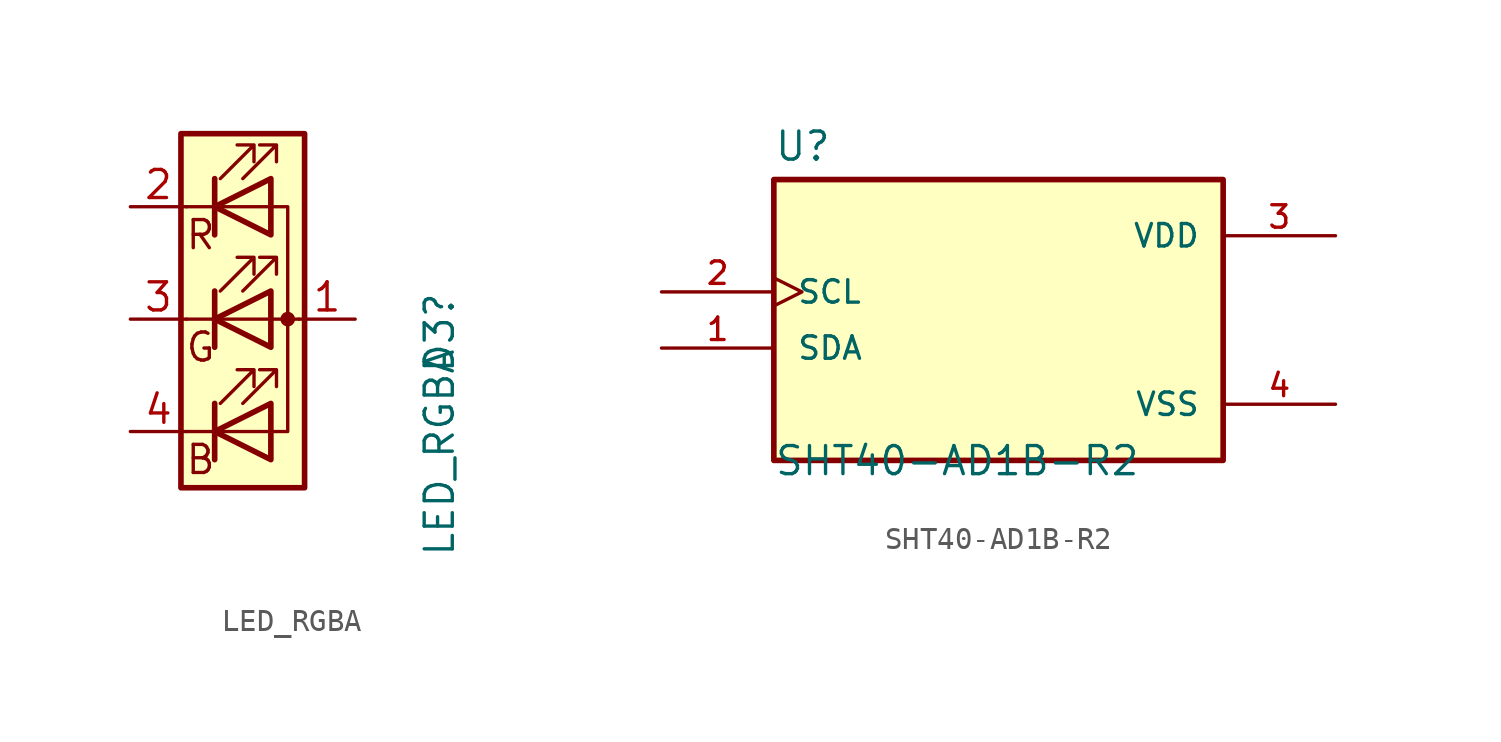
<source format=kicad_sym>
(kicad_symbol_lib
  (version 20211014)
  (generator kicad_symbol_editor)
  (symbol "LED_RGBA"
    (pin_names
      (offset 0) hide)
    (property "Reference" "D3"
      (at 8.89 1.27 90)
      (effects (font (size 1.27 1.27)) (justify right)))
    (property "Value" "LED_RGBA"
      (at 8.89 -1.27 90)
      (effects (font (size 1.27 1.27)) (justify right)))
    (symbol "LED_RGBA_0_0"
      (text "B" (at -1.905 -6.35 0) (effects (font (size 1.27 1.27))))
      (text "G" (at -1.905 -1.27 0) (effects (font (size 1.27 1.27))))
      (text "R" (at -1.905 3.81 0) (effects (font (size 1.27 1.27)))))
    (symbol "LED_RGBA_0_1"
      (polyline (pts (xy -1.27 -5.08) (xy -2.54 -5.08)) (stroke (width 0) (type default) (color 0 0 0 0)) (fill (type none)))
      (polyline (pts (xy -1.27 -5.08) (xy 1.27 -5.08)) (stroke (width 0) (type default) (color 0 0 0 0)) (fill (type none)))
      (polyline (pts (xy -1.27 -3.81) (xy -1.27 -6.35)) (stroke (width 0.254) (type default) (color 0 0 0 0)) (fill (type none)))
      (polyline (pts (xy -1.27 0) (xy -2.54 0)) (stroke (width 0) (type default) (color 0 0 0 0)) (fill (type none)))
      (polyline (pts (xy -1.27 1.27) (xy -1.27 -1.27)) (stroke (width 0.254) (type default) (color 0 0 0 0)) (fill (type none)))
      (polyline (pts (xy -1.27 5.08) (xy -2.54 5.08)) (stroke (width 0) (type default) (color 0 0 0 0)) (fill (type none)))
      (polyline (pts (xy -1.27 5.08) (xy 1.27 5.08)) (stroke (width 0) (type default) (color 0 0 0 0)) (fill (type none)))
      (polyline (pts (xy -1.27 6.35) (xy -1.27 3.81)) (stroke (width 0.254) (type default) (color 0 0 0 0)) (fill (type none)))
      (polyline (pts (xy 1.27 0) (xy -1.27 0)) (stroke (width 0) (type default) (color 0 0 0 0)) (fill (type none)))
      (polyline (pts (xy 1.27 0) (xy 2.54 0)) (stroke (width 0) (type default) (color 0 0 0 0)) (fill (type none)))
      (polyline (pts (xy -1.27 1.27) (xy -1.27 -1.27) (xy -1.27 -1.27)) (stroke (width 0) (type default) (color 0 0 0 0)) (fill (type none)))
      (polyline (pts (xy -1.27 6.35) (xy -1.27 3.81) (xy -1.27 3.81)) (stroke (width 0) (type default) (color 0 0 0 0)) (fill (type none)))
      (polyline (pts (xy 1.27 -5.08) (xy 2.032 -5.08) (xy 2.032 5.08) (xy 1.27 5.08)) (stroke (width 0) (type default) (color 0 0 0 0)) (fill (type none)))
      (polyline (pts (xy 1.27 -3.81) (xy 1.27 -6.35) (xy -1.27 -5.08) (xy 1.27 -3.81)) (stroke (width 0.254) (type default) (color 0 0 0 0)) (fill (type none)))
      (polyline (pts (xy 1.27 1.27) (xy 1.27 -1.27) (xy -1.27 0) (xy 1.27 1.27)) (stroke (width 0.254) (type default) (color 0 0 0 0)) (fill (type none)))
      (polyline (pts (xy 1.27 6.35) (xy 1.27 3.81) (xy -1.27 5.08) (xy 1.27 6.35)) (stroke (width 0.254) (type default) (color 0 0 0 0)) (fill (type none)))
      (polyline (pts (xy -1.016 -3.81) (xy 0.508 -2.286) (xy -0.254 -2.286) (xy 0.508 -2.286) (xy 0.508 -3.048)) (stroke (width 0) (type default) (color 0 0 0 0)) (fill (type none)))
      (polyline (pts (xy -1.016 1.27) (xy 0.508 2.794) (xy -0.254 2.794) (xy 0.508 2.794) (xy 0.508 2.032)) (stroke (width 0) (type default) (color 0 0 0 0)) (fill (type none)))
      (polyline (pts (xy -1.016 6.35) (xy 0.508 7.874) (xy -0.254 7.874) (xy 0.508 7.874) (xy 0.508 7.112)) (stroke (width 0) (type default) (color 0 0 0 0)) (fill (type none)))
      (polyline (pts (xy 0 -3.81) (xy 1.524 -2.286) (xy 0.762 -2.286) (xy 1.524 -2.286) (xy 1.524 -3.048)) (stroke (width 0) (type default) (color 0 0 0 0)) (fill (type none)))
      (polyline (pts (xy 0 1.27) (xy 1.524 2.794) (xy 0.762 2.794) (xy 1.524 2.794) (xy 1.524 2.032)) (stroke (width 0) (type default) (color 0 0 0 0)) (fill (type none)))
      (polyline (pts (xy 0 6.35) (xy 1.524 7.874) (xy 0.762 7.874) (xy 1.524 7.874) (xy 1.524 7.112)) (stroke (width 0) (type default) (color 0 0 0 0)) (fill (type none)))
      (rectangle (start 1.27 -1.27) (end 1.27 1.27) (stroke (width 0) (type default) (color 0 0 0 0)) (fill (type none)))
      (rectangle (start 1.27 1.27) (end 1.27 1.27) (stroke (width 0) (type default) (color 0 0 0 0)) (fill (type none)))
      (rectangle (start 1.27 3.81) (end 1.27 6.35) (stroke (width 0) (type default) (color 0 0 0 0)) (fill (type none)))
      (rectangle (start 1.27 6.35) (end 1.27 6.35) (stroke (width 0) (type default) (color 0 0 0 0)) (fill (type none)))
      (circle (center 2.032 0) (radius 0.254) (stroke (width 0) (type default) (color 0 0 0 0)) (fill (type outline)))
      (rectangle (start 2.794 8.382) (end -2.794 -7.62) (stroke (width 0.254) (type default) (color 0 0 0 0)) (fill (type background))))
    (symbol "LED_RGBA_1_1"
      (pin passive line (at 5.08 0 180) (length 2.54) (name "A" (effects (font (size 1.27 1.27)))) (number "1" (effects (font (size 1.27 1.27)))))
      (pin passive line (at -5.08 5.08 0) (length 2.54) (name "RK" (effects (font (size 1.27 1.27)))) (number "2" (effects (font (size 1.27 1.27)))))
      (pin passive line (at -5.08 0 0) (length 2.54) (name "GK" (effects (font (size 1.27 1.27)))) (number "3" (effects (font (size 1.27 1.27)))))
      (pin passive line (at -5.08 -5.08 0) (length 2.54) (name "BK" (effects (font (size 1.27 1.27)))) (number "4" (effects (font (size 1.27 1.27)))))))
  (symbol "SHT40-AD1B-R2"
    (pin_names
      (offset 1.016))
    (property "Reference" "U"
      (at -10.16 5.842 0)
      (effects (font (size 1.27 1.27)) (justify left bottom)))
    (property "Value" "SHT40-AD1B-R2"
      (at -10.16 -8.382 0)
      (effects (font (size 1.27 1.27)) (justify left bottom)))
    (property "ki_locked" ""
      (at 0 0 0)
      (effects (font (size 1.27 1.27))))
    (symbol "SHT40-AD1B-R2_0_0"
      (rectangle (start -10.16 -7.62) (end 10.16 5.08) (stroke (width 0.254) (type default) (color 0 0 0 0)) (fill (type background)))
      (pin bidirectional line (at -15.24 -2.54 0) (length 5.08) (name "SDA" (effects (font (size 1.016 1.016)))) (number "1" (effects (font (size 1.016 1.016)))))
      (pin input clock (at -15.24 0 0) (length 5.08) (name "SCL" (effects (font (size 1.016 1.016)))) (number "2" (effects (font (size 1.016 1.016)))))
      (pin power_in line (at 15.24 2.54 180) (length 5.08) (name "VDD" (effects (font (size 1.016 1.016)))) (number "3" (effects (font (size 1.016 1.016)))))
      (pin power_in line (at 15.24 -5.08 180) (length 5.08) (name "VSS" (effects (font (size 1.016 1.016)))) (number "4" (effects (font (size 1.016 1.016))))))))
</source>
